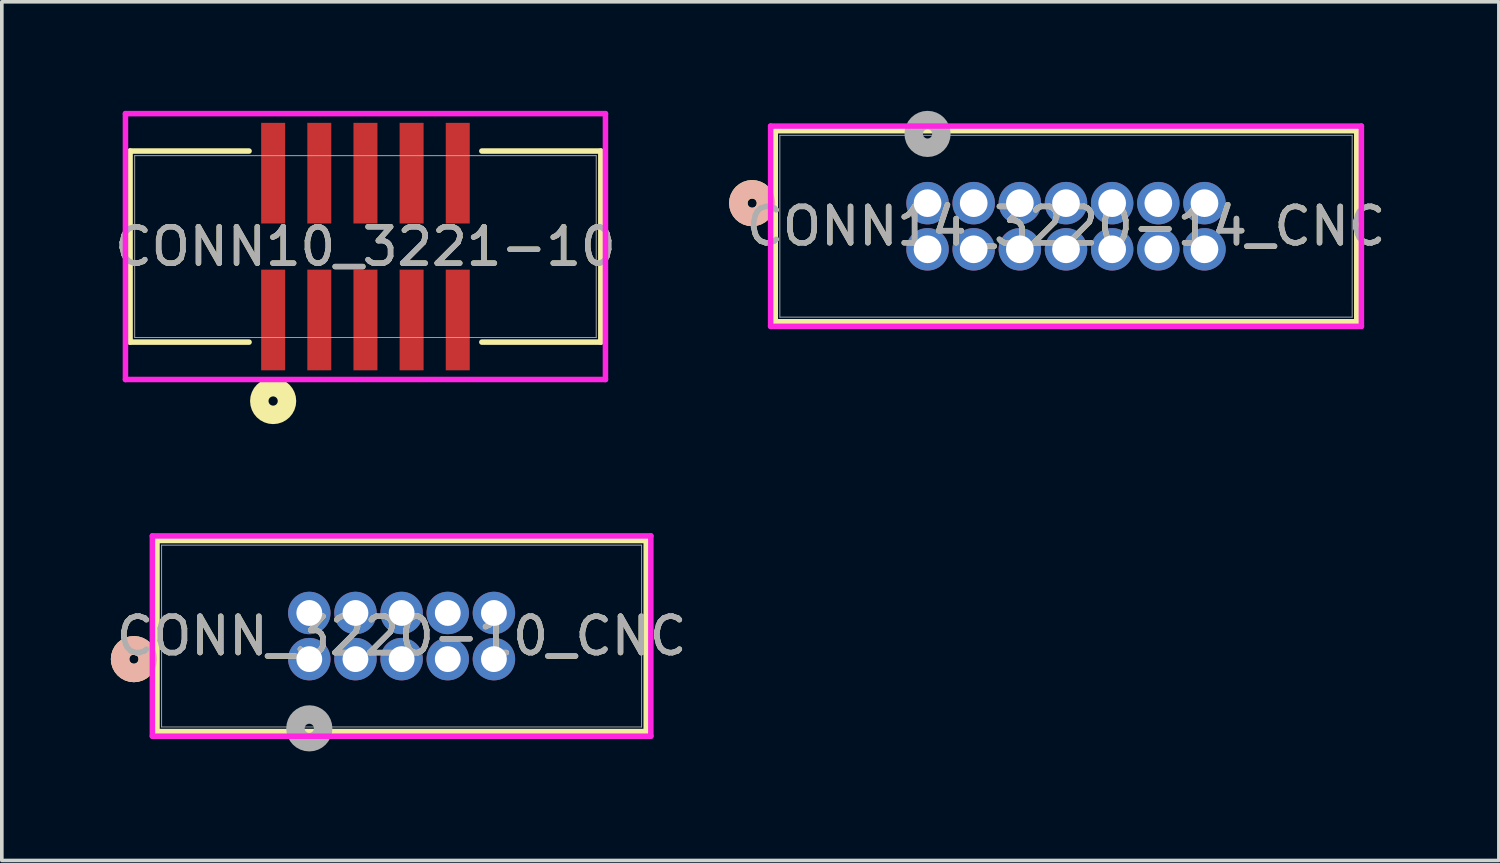
<source format=kicad_pcb>
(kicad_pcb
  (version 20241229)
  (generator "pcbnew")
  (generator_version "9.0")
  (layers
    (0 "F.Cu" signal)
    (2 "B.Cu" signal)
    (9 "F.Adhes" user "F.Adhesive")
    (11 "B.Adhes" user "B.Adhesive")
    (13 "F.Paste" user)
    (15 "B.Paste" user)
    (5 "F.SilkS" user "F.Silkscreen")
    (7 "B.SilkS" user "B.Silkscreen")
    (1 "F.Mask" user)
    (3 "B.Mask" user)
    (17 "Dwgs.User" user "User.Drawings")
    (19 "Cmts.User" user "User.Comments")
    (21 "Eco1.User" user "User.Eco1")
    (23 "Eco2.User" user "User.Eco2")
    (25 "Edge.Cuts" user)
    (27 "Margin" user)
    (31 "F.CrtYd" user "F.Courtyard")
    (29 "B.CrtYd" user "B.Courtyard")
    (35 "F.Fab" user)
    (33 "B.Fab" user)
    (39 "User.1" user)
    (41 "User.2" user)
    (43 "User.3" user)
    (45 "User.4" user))
  (footprint "CONN_3220-10_CNC"
    (layer "F.Cu")
    (at 5.461 15.087)
    (property "Reference" "CONN_3220-10_CNC" (at 2.54 -0.635 0) (unlocked yes) (layer "F.SilkS") (effects (font (size 1 1) (thickness 0.15))))
    (attr through_hole)
    (fp_line (start -4.191 -3.264) (end -4.191 1.994) (stroke (width 0.152) (type solid)) (layer "F.SilkS"))
    (fp_line (start -4.191 1.994) (end 9.271 1.994) (stroke (width 0.152) (type solid)) (layer "F.SilkS"))
    (fp_line (start 9.271 -3.264) (end -4.191 -3.264) (stroke (width 0.152) (type solid)) (layer "F.SilkS"))
    (fp_line (start 9.271 1.994) (end 9.271 -3.264) (stroke (width 0.152) (type solid)) (layer "F.SilkS"))
    (fp_circle (center -4.826 0) (end -4.445 0) (stroke (width 0.508) (type solid)) (fill no) (layer "F.SilkS"))
    (fp_circle (center -4.826 0) (end -4.445 0) (stroke (width 0.508) (type solid)) (fill no) (layer "B.SilkS"))
    (fp_line (start -4.318 -3.391) (end -4.318 2.121) (stroke (width 0.152) (type solid)) (layer "F.CrtYd"))
    (fp_line (start -4.318 2.121) (end 9.398 2.121) (stroke (width 0.152) (type solid)) (layer "F.CrtYd"))
    (fp_line (start 9.398 -3.391) (end -4.318 -3.391) (stroke (width 0.152) (type solid)) (layer "F.CrtYd"))
    (fp_line (start 9.398 2.121) (end 9.398 -3.391) (stroke (width 0.152) (type solid)) (layer "F.CrtYd"))
    (fp_line (start -4.064 -3.137) (end -4.064 1.867) (stroke (width 0.025) (type solid)) (layer "F.Fab"))
    (fp_line (start -4.064 1.867) (end 9.144 1.867) (stroke (width 0.025) (type solid)) (layer "F.Fab"))
    (fp_line (start 9.144 -3.137) (end -4.064 -3.137) (stroke (width 0.025) (type solid)) (layer "F.Fab"))
    (fp_line (start 9.144 1.867) (end 9.144 -3.137) (stroke (width 0.025) (type solid)) (layer "F.Fab"))
    (fp_circle (center 0 1.905) (end 0.381 1.905) (stroke (width 0.508) (type solid)) (fill no) (layer "F.Fab"))
    (fp_text user "${REFERENCE}" (at 2.54 -0.635 0) (unlocked yes) (layer "F.Fab") (effects (font (size 1 1) (thickness 0.15))))
    (pad "1" thru_hole circle (at 0 0) (size 1.168 1.168) (drill 0.711) (layers "*.Cu" "*.Mask"))
    (pad "2" thru_hole circle (at 0 -1.27) (size 1.168 1.168) (drill 0.711) (layers "*.Cu" "*.Mask"))
    (pad "3" thru_hole circle (at 1.27 0) (size 1.168 1.168) (drill 0.711) (layers "*.Cu" "*.Mask"))
    (pad "4" thru_hole circle (at 1.27 -1.27) (size 1.168 1.168) (drill 0.711) (layers "*.Cu" "*.Mask"))
    (pad "5" thru_hole circle (at 2.54 0) (size 1.168 1.168) (drill 0.711) (layers "*.Cu" "*.Mask"))
    (pad "6" thru_hole circle (at 2.54 -1.27) (size 1.168 1.168) (drill 0.711) (layers "*.Cu" "*.Mask"))
    (pad "7" thru_hole circle (at 3.81 0) (size 1.168 1.168) (drill 0.711) (layers "*.Cu" "*.Mask"))
    (pad "8" thru_hole circle (at 3.81 -1.27) (size 1.168 1.168) (drill 0.711) (layers "*.Cu" "*.Mask"))
    (pad "9" thru_hole circle (at 5.08 0) (size 1.168 1.168) (drill 0.711) (layers "*.Cu" "*.Mask"))
    (pad "10" thru_hole circle (at 5.08 -1.27) (size 1.168 1.168) (drill 0.711) (layers "*.Cu" "*.Mask")))
  (footprint "CONN10_3221-10"
    (layer "F.Cu")
    (at 7.006 3.735)
    (property "Reference" "CONN10_3221-10" (at 0 0 0) (unlocked yes) (layer "F.SilkS") (effects (font (size 1 1) (thickness 0.15))))
    (attr smd)
    (fp_line (start -6.477 -2.629) (end -6.477 2.629) (stroke (width 0.152) (type solid)) (layer "F.SilkS"))
    (fp_line (start -6.477 2.629) (end -3.203 2.629) (stroke (width 0.152) (type solid)) (layer "F.SilkS"))
    (fp_line (start -3.203 -2.629) (end -6.477 -2.629) (stroke (width 0.152) (type solid)) (layer "F.SilkS"))
    (fp_line (start 3.203 2.629) (end 6.477 2.629) (stroke (width 0.152) (type solid)) (layer "F.SilkS"))
    (fp_line (start 6.477 -2.629) (end 3.203 -2.629) (stroke (width 0.152) (type solid)) (layer "F.SilkS"))
    (fp_line (start 6.477 2.629) (end 6.477 -2.629) (stroke (width 0.152) (type solid)) (layer "F.SilkS"))
    (fp_circle (center -2.54 4.25) (end -2.159 4.25) (stroke (width 0.508) (type solid)) (fill no) (layer "F.SilkS"))
    (fp_line (start -6.604 -3.658) (end -6.604 3.658) (stroke (width 0.152) (type solid)) (layer "F.CrtYd"))
    (fp_line (start -6.604 3.658) (end 6.604 3.658) (stroke (width 0.152) (type solid)) (layer "F.CrtYd"))
    (fp_line (start 6.604 -3.658) (end -6.604 -3.658) (stroke (width 0.152) (type solid)) (layer "F.CrtYd"))
    (fp_line (start 6.604 3.658) (end 6.604 -3.658) (stroke (width 0.152) (type solid)) (layer "F.CrtYd"))
    (fp_line (start -6.35 -2.502) (end -6.35 2.502) (stroke (width 0.025) (type solid)) (layer "F.Fab"))
    (fp_line (start -6.35 2.502) (end 6.35 2.502) (stroke (width 0.025) (type solid)) (layer "F.Fab"))
    (fp_line (start 6.35 -2.502) (end -6.35 -2.502) (stroke (width 0.025) (type solid)) (layer "F.Fab"))
    (fp_line (start 6.35 2.502) (end 6.35 -2.502) (stroke (width 0.025) (type solid)) (layer "F.Fab"))
    (fp_text user "${REFERENCE}" (at 0 0 0) (unlocked yes) (layer "F.Fab") (effects (font (size 1 1) (thickness 0.15))))
    (pad "1" smd rect (at -2.54 2.02) (size 0.66 2.769) (layers "F.Cu" "F.Mask" "F.Paste"))
    (pad "2" smd rect (at -2.54 -2.02) (size 0.66 2.769) (layers "F.Cu" "F.Mask" "F.Paste"))
    (pad "3" smd rect (at -1.27 2.02) (size 0.66 2.769) (layers "F.Cu" "F.Mask" "F.Paste"))
    (pad "4" smd rect (at -1.27 -2.02) (size 0.66 2.769) (layers "F.Cu" "F.Mask" "F.Paste"))
    (pad "5" smd rect (at 0 2.02) (size 0.66 2.769) (layers "F.Cu" "F.Mask" "F.Paste"))
    (pad "6" smd rect (at 0 -2.02) (size 0.66 2.769) (layers "F.Cu" "F.Mask" "F.Paste"))
    (pad "7" smd rect (at 1.27 2.02) (size 0.66 2.769) (layers "F.Cu" "F.Mask" "F.Paste"))
    (pad "8" smd rect (at 1.27 -2.02) (size 0.66 2.769) (layers "F.Cu" "F.Mask" "F.Paste"))
    (pad "9" smd rect (at 2.54 2.02) (size 0.66 2.769) (layers "F.Cu" "F.Mask" "F.Paste"))
    (pad "10" smd rect (at 2.54 -2.02) (size 0.66 2.769) (layers "F.Cu" "F.Mask" "F.Paste")))
  (footprint "CONN14_3220-14_CNC"
    (layer "F.Cu")
    (at 22.473 2.54)
    (property "Reference" "CONN14_3220-14_CNC" (at 3.81 0.635 0) (unlocked yes) (layer "F.SilkS") (effects (font (size 1 1) (thickness 0.15))))
    (attr through_hole)
    (fp_line (start -4.191 -1.994) (end -4.191 3.264) (stroke (width 0.152) (type solid)) (layer "F.SilkS"))
    (fp_line (start -4.191 3.264) (end 11.811 3.264) (stroke (width 0.152) (type solid)) (layer "F.SilkS"))
    (fp_line (start 11.811 -1.994) (end -4.191 -1.994) (stroke (width 0.152) (type solid)) (layer "F.SilkS"))
    (fp_line (start 11.811 3.264) (end 11.811 -1.994) (stroke (width 0.152) (type solid)) (layer "F.SilkS"))
    (fp_circle (center -4.826 0) (end -4.445 0) (stroke (width 0.508) (type solid)) (fill no) (layer "F.SilkS"))
    (fp_circle (center -4.826 0) (end -4.445 0) (stroke (width 0.508) (type solid)) (fill no) (layer "B.SilkS"))
    (fp_line (start -4.318 -2.121) (end -4.318 3.391) (stroke (width 0.152) (type solid)) (layer "F.CrtYd"))
    (fp_line (start -4.318 3.391) (end 11.938 3.391) (stroke (width 0.152) (type solid)) (layer "F.CrtYd"))
    (fp_line (start 11.938 -2.121) (end -4.318 -2.121) (stroke (width 0.152) (type solid)) (layer "F.CrtYd"))
    (fp_line (start 11.938 3.391) (end 11.938 -2.121) (stroke (width 0.152) (type solid)) (layer "F.CrtYd"))
    (fp_line (start -4.064 -1.867) (end -4.064 3.137) (stroke (width 0.025) (type solid)) (layer "F.Fab"))
    (fp_line (start -4.064 3.137) (end 11.684 3.137) (stroke (width 0.025) (type solid)) (layer "F.Fab"))
    (fp_line (start 11.684 -1.867) (end -4.064 -1.867) (stroke (width 0.025) (type solid)) (layer "F.Fab"))
    (fp_line (start 11.684 3.137) (end 11.684 -1.867) (stroke (width 0.025) (type solid)) (layer "F.Fab"))
    (fp_circle (center 0 -1.905) (end 0.381 -1.905) (stroke (width 0.508) (type solid)) (fill no) (layer "F.Fab"))
    (fp_text user "${REFERENCE}" (at 3.81 0.635 0) (unlocked yes) (layer "F.Fab") (effects (font (size 1 1) (thickness 0.15))))
    (pad "1" thru_hole circle (at 0 0) (size 1.168 1.168) (drill 0.762) (layers "*.Cu" "*.Mask"))
    (pad "2" thru_hole circle (at 0 1.27) (size 1.168 1.168) (drill 0.762) (layers "*.Cu" "*.Mask"))
    (pad "3" thru_hole circle (at 1.27 0) (size 1.168 1.168) (drill 0.762) (layers "*.Cu" "*.Mask"))
    (pad "4" thru_hole circle (at 1.27 1.27) (size 1.168 1.168) (drill 0.762) (layers "*.Cu" "*.Mask"))
    (pad "5" thru_hole circle (at 2.54 0) (size 1.168 1.168) (drill 0.762) (layers "*.Cu" "*.Mask"))
    (pad "6" thru_hole circle (at 2.54 1.27) (size 1.168 1.168) (drill 0.762) (layers "*.Cu" "*.Mask"))
    (pad "7" thru_hole circle (at 3.81 0) (size 1.168 1.168) (drill 0.762) (layers "*.Cu" "*.Mask"))
    (pad "8" thru_hole circle (at 3.81 1.27) (size 1.168 1.168) (drill 0.762) (layers "*.Cu" "*.Mask"))
    (pad "9" thru_hole circle (at 5.08 0) (size 1.168 1.168) (drill 0.762) (layers "*.Cu" "*.Mask"))
    (pad "10" thru_hole circle (at 5.08 1.27) (size 1.168 1.168) (drill 0.762) (layers "*.Cu" "*.Mask"))
    (pad "11" thru_hole circle (at 6.35 0) (size 1.168 1.168) (drill 0.762) (layers "*.Cu" "*.Mask"))
    (pad "12" thru_hole circle (at 6.35 1.27) (size 1.168 1.168) (drill 0.762) (layers "*.Cu" "*.Mask"))
    (pad "13" thru_hole circle (at 7.62 0) (size 1.168 1.168) (drill 0.762) (layers "*.Cu" "*.Mask"))
    (pad "14" thru_hole circle (at 7.62 1.27) (size 1.168 1.168) (drill 0.762) (layers "*.Cu" "*.Mask")))
  (gr_rect
    (start -3 -3)
    (end 38.194 20.627)
    (stroke (width 0.1) (type default))
    (fill no)
    (layer "Edge.Cuts")))
</source>
